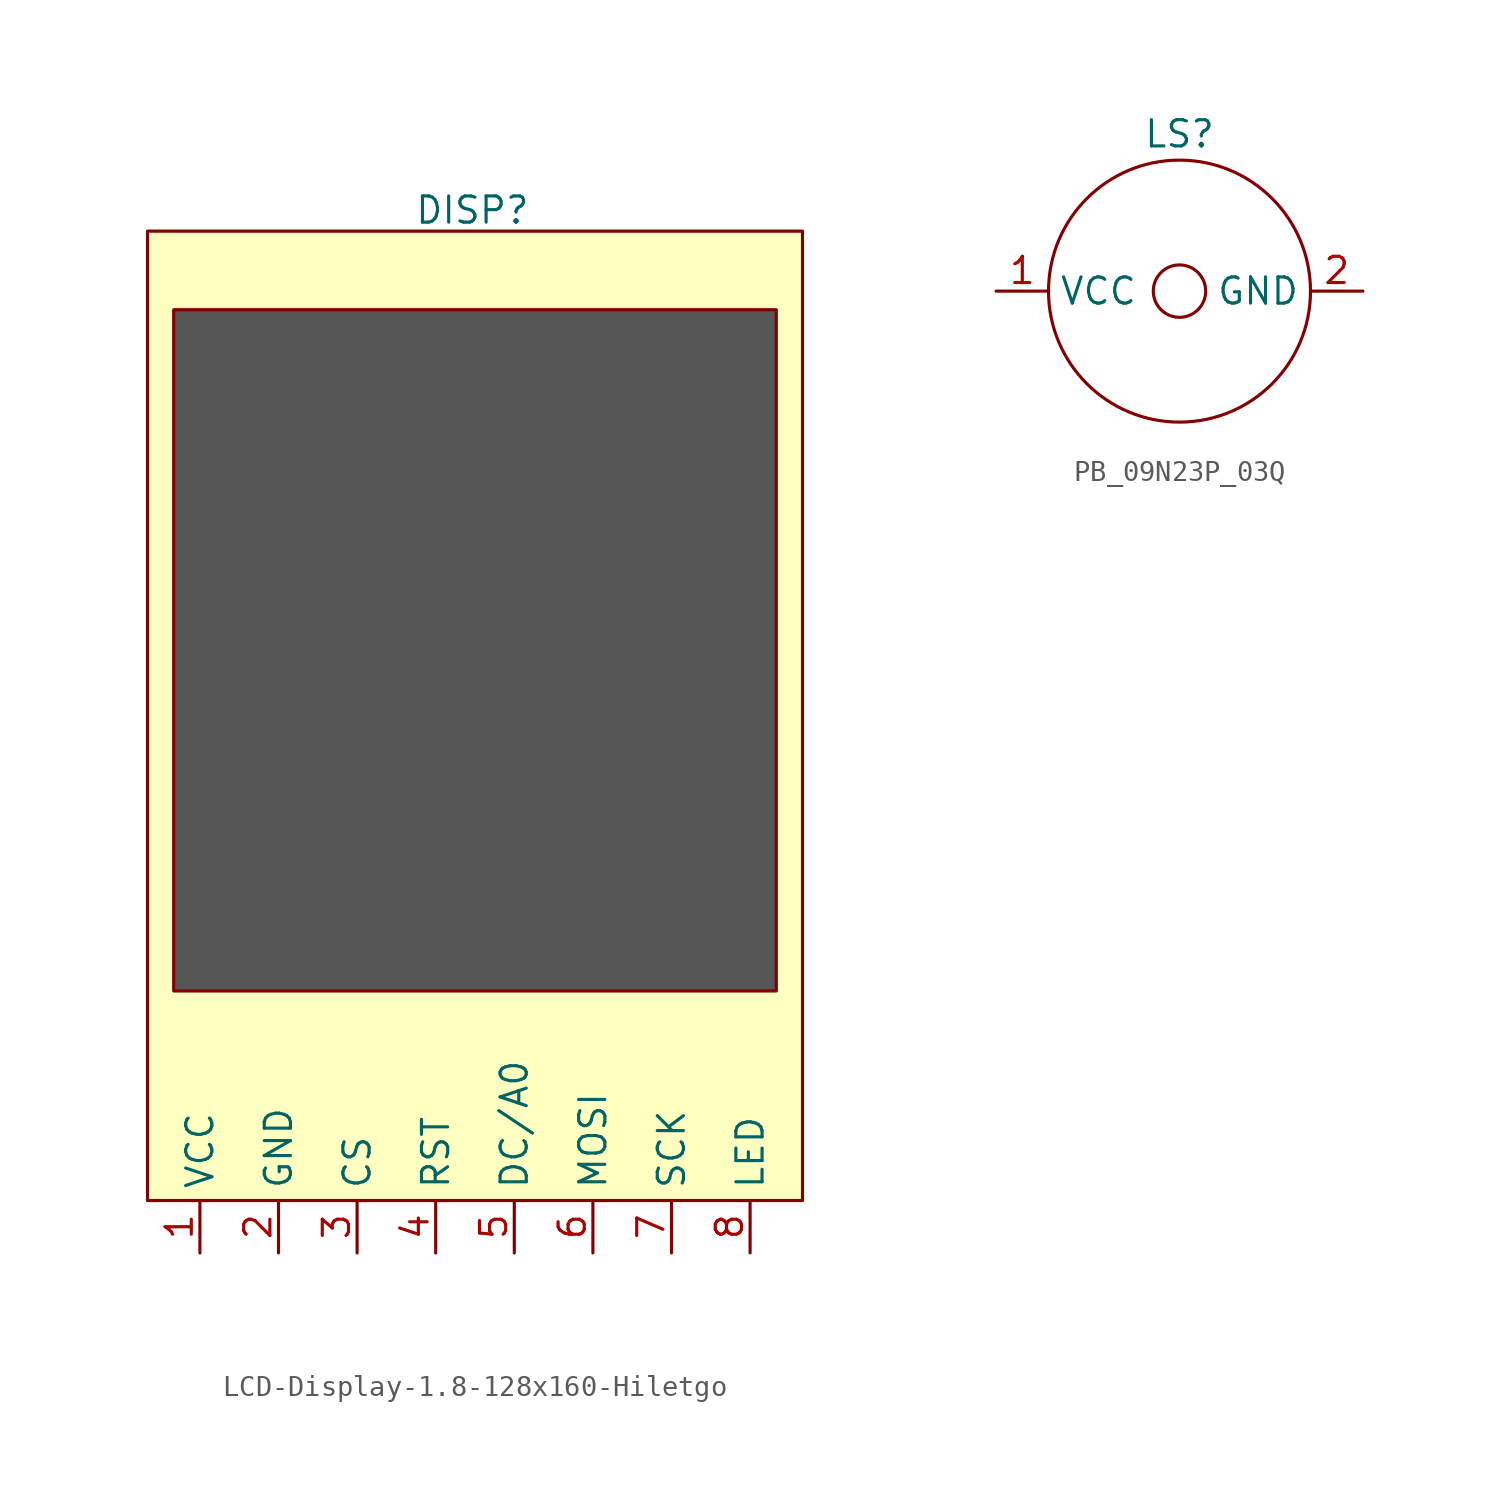
<source format=kicad_sym>
(kicad_symbol_lib
  (version 20231120)
  (generator "kicad_symbol_editor")
  (generator_version "8.0")
  (symbol "LCD-Display-1.8-128x160-Hiletgo"
    (property "Reference" "DISP"
      (at 13.208 48.006 0)
      (effects (font (size 1.27 1.27))))
    (property "Value" ""
      (at 0 -2.54 0)
      (effects (font (size 1.27 1.27))))
    (symbol "LCD-Display-1.8-128x160-Hiletgo_1_1"
      (rectangle (start -2.54 46.99) (end 29.21 0) (stroke (width 0) (type default)) (fill (type background)))
      (rectangle (start -1.27 43.18) (end 27.94 10.16) (stroke (width 0) (type default)) (fill (type color) (color 85 85 85 1)))
      (pin input line (at 0 -2.54 90) (length 2.54) (name "VCC" (effects (font (size 1.27 1.27)))) (number "1" (effects (font (size 1.27 1.27)))))
      (pin input line (at 3.81 -2.54 90) (length 2.54) (name "GND" (effects (font (size 1.27 1.27)))) (number "2" (effects (font (size 1.27 1.27)))))
      (pin input line (at 7.62 -2.54 90) (length 2.54) (name "CS" (effects (font (size 1.27 1.27)))) (number "3" (effects (font (size 1.27 1.27)))))
      (pin input line (at 11.43 -2.54 90) (length 2.54) (name "RST" (effects (font (size 1.27 1.27)))) (number "4" (effects (font (size 1.27 1.27)))))
      (pin input line (at 15.24 -2.54 90) (length 2.54) (name "DC/A0" (effects (font (size 1.27 1.27)))) (number "5" (effects (font (size 1.27 1.27)))))
      (pin input line (at 19.05 -2.54 90) (length 2.54) (name "MOSI" (effects (font (size 1.27 1.27)))) (number "6" (effects (font (size 1.27 1.27)))))
      (pin input line (at 22.86 -2.54 90) (length 2.54) (name "SCK" (effects (font (size 1.27 1.27)))) (number "7" (effects (font (size 1.27 1.27)))))
      (pin input line (at 26.67 -2.54 90) (length 2.54) (name "LED" (effects (font (size 1.27 1.27)))) (number "8" (effects (font (size 1.27 1.27)))))))
  (symbol "PB_09N23P_03Q"
    (property "Reference" "LS"
      (at 0 7.62 0)
      (effects (font (size 1.27 1.27))))
    (property "Value" ""
      (at 0 0 0)
      (effects (font (size 1.27 1.27))))
    (symbol "PB_09N23P_03Q_0_1"
      (circle (center 0 0) (radius 1.27) (stroke (width 0) (type default)) (fill (type none)))
      (circle (center 0 0) (radius 6.35) (stroke (width 0) (type default)) (fill (type none))))
    (symbol "PB_09N23P_03Q_1_1"
      (pin input line (at -8.89 0 0) (length 2.54) (name "VCC" (effects (font (size 1.27 1.27)))) (number "1" (effects (font (size 1.27 1.27)))))
      (pin input line (at 8.89 0 180) (length 2.54) (name "GND" (effects (font (size 1.27 1.27)))) (number "2" (effects (font (size 1.27 1.27))))))))
</source>
